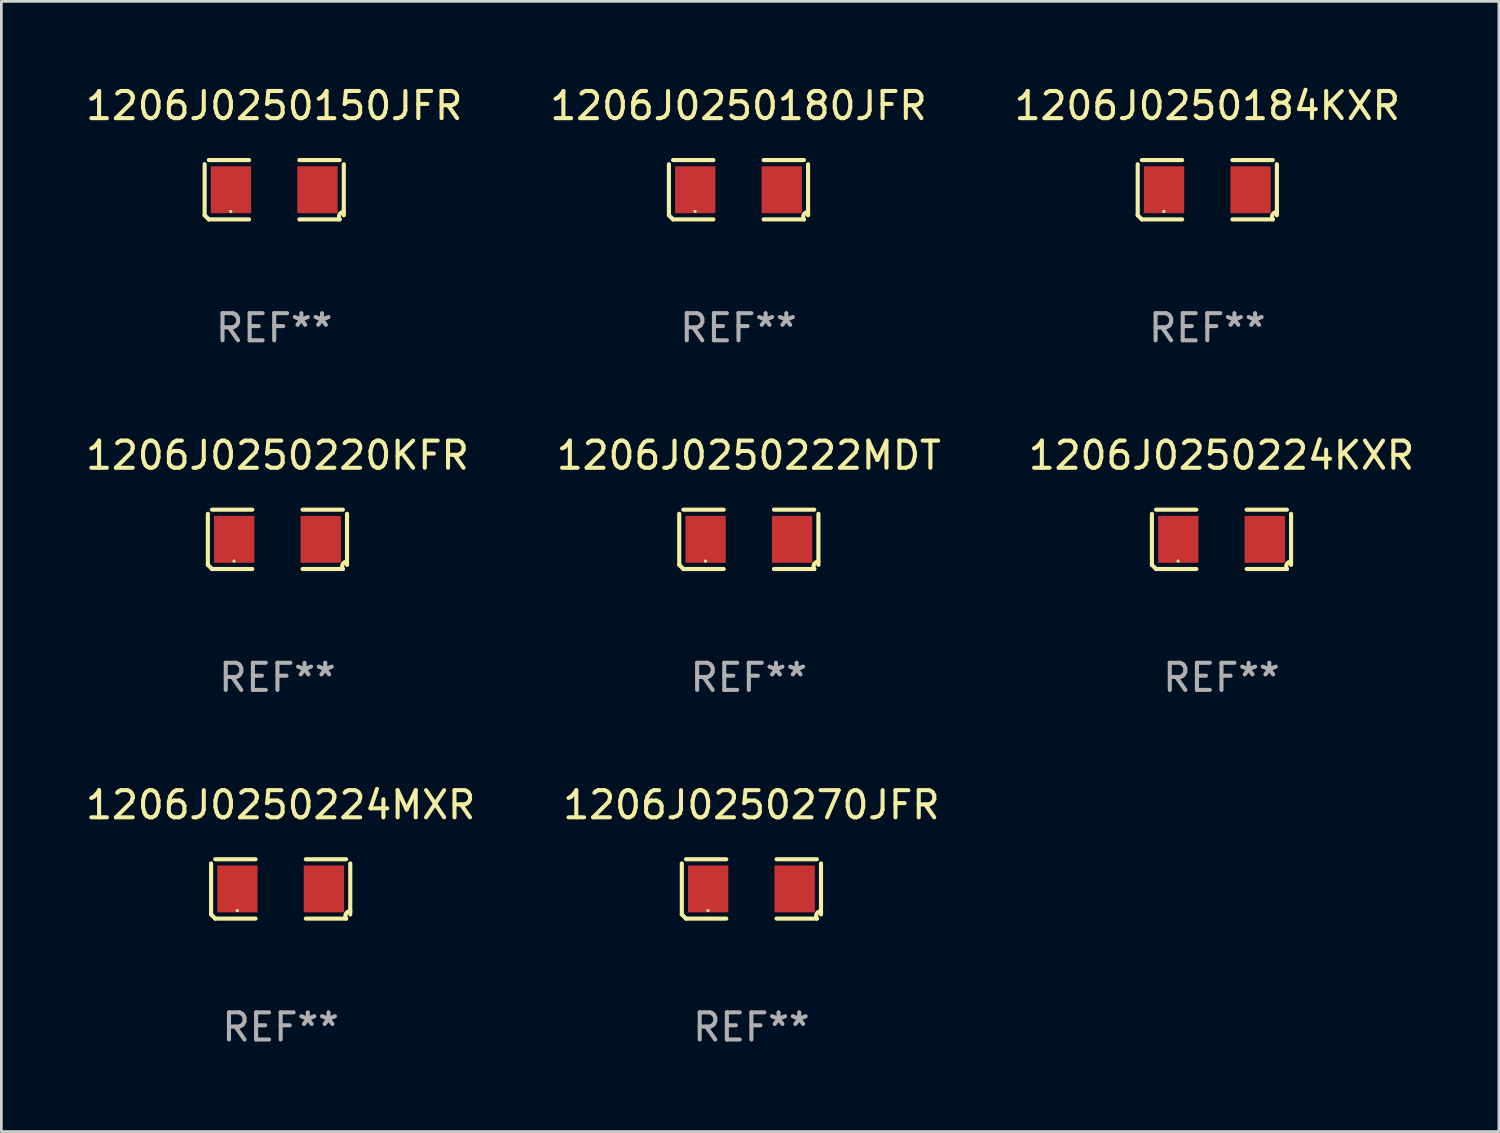
<source format=kicad_pcb>
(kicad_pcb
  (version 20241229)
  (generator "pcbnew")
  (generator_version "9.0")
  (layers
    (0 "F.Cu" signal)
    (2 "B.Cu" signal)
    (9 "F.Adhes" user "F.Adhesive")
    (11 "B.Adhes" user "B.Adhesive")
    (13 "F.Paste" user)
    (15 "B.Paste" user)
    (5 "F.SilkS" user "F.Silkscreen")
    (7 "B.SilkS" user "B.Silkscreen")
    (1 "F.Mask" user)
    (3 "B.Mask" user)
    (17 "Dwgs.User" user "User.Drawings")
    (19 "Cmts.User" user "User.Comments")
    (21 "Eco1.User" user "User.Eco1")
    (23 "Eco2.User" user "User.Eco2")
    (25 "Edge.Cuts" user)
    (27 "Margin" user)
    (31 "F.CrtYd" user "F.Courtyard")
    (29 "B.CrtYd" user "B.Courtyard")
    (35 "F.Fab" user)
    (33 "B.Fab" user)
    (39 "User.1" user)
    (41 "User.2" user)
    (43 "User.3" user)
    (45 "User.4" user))
  (footprint "1206J0250184KXR"
    (layer "F.Cu")
    (at 41.435 3.941)
    (property "Reference" "1206J0250184KXR" (at 0 -3.093 0) (layer "F.SilkS") (effects (font (size 1 1) (thickness 0.15))))
    (attr through_hole)
    (fp_line (start -2.564 0.94) (end -2.564 -0.94) (stroke (width 0.152) (type solid)) (layer "F.SilkS"))
    (fp_line (start -2.411 -1.093) (end -0.926 -1.093) (stroke (width 0.152) (type solid)) (layer "F.SilkS"))
    (fp_line (start -0.926 1.093) (end -2.411 1.093) (stroke (width 0.152) (type solid)) (layer "F.SilkS"))
    (fp_line (start 0.926 1.093) (end 2.411 1.093) (stroke (width 0.152) (type solid)) (layer "F.SilkS"))
    (fp_line (start 2.411 -1.093) (end 0.926 -1.093) (stroke (width 0.152) (type solid)) (layer "F.SilkS"))
    (fp_line (start 2.564 0.94) (end 2.564 -0.94) (stroke (width 0.152) (type solid)) (layer "F.SilkS"))
    (fp_arc (start -2.411201 1.092609) (mid -2.487413 1.01642) (end -2.563602 0.940208) (stroke (width 0.1524) (type solid)) (layer "F.SilkS"))
    (fp_arc (start 2.411201 1.092609) (mid 2.407159 0.911226) (end 2.563602 0.819347) (stroke (width 0.1524) (type solid)) (layer "F.SilkS"))
    (fp_circle (center -1.6 0.8) (end -1.57 0.8) (stroke (width 0.06) (type solid)) (fill no) (layer "F.SilkS"))
    (fp_text user "REF**" (at 0 5.093 0) (layer "F.Fab") (effects (font (size 1 1) (thickness 0.15))))
    (pad "1" smd rect (at -1.593 0) (size 1.485 1.728) (layers "F.Cu" "F.Mask" "F.Paste"))
    (pad "2" smd rect (at 1.593 0) (size 1.485 1.728) (layers "F.Cu" "F.Mask" "F.Paste")))
  (footprint "1206J0250270JFR"
    (layer "F.Cu")
    (at 24.637 29.704)
    (property "Reference" "1206J0250270JFR" (at 0 -3.093 0) (layer "F.SilkS") (effects (font (size 1 1) (thickness 0.15))))
    (attr through_hole)
    (fp_line (start -2.564 0.94) (end -2.564 -0.94) (stroke (width 0.152) (type solid)) (layer "F.SilkS"))
    (fp_line (start -2.411 -1.093) (end -0.926 -1.093) (stroke (width 0.152) (type solid)) (layer "F.SilkS"))
    (fp_line (start -0.926 1.093) (end -2.411 1.093) (stroke (width 0.152) (type solid)) (layer "F.SilkS"))
    (fp_line (start 0.926 1.093) (end 2.411 1.093) (stroke (width 0.152) (type solid)) (layer "F.SilkS"))
    (fp_line (start 2.411 -1.093) (end 0.926 -1.093) (stroke (width 0.152) (type solid)) (layer "F.SilkS"))
    (fp_line (start 2.564 0.94) (end 2.564 -0.94) (stroke (width 0.152) (type solid)) (layer "F.SilkS"))
    (fp_arc (start -2.411201 1.092609) (mid -2.487413 1.01642) (end -2.563602 0.940208) (stroke (width 0.1524) (type solid)) (layer "F.SilkS"))
    (fp_arc (start 2.411201 1.092609) (mid 2.407159 0.911226) (end 2.563602 0.819347) (stroke (width 0.1524) (type solid)) (layer "F.SilkS"))
    (fp_circle (center -1.6 0.8) (end -1.57 0.8) (stroke (width 0.06) (type solid)) (fill no) (layer "F.SilkS"))
    (fp_text user "REF**" (at 0 5.093 0) (layer "F.Fab") (effects (font (size 1 1) (thickness 0.15))))
    (pad "1" smd rect (at -1.593 0) (size 1.485 1.728) (layers "F.Cu" "F.Mask" "F.Paste"))
    (pad "2" smd rect (at 1.593 0) (size 1.485 1.728) (layers "F.Cu" "F.Mask" "F.Paste")))
  (footprint "1206J0250222MDT"
    (layer "F.Cu")
    (at 24.542 16.823)
    (property "Reference" "1206J0250222MDT" (at 0 -3.093 0) (layer "F.SilkS") (effects (font (size 1 1) (thickness 0.15))))
    (attr through_hole)
    (fp_line (start -2.564 0.94) (end -2.564 -0.94) (stroke (width 0.152) (type solid)) (layer "F.SilkS"))
    (fp_line (start -2.411 -1.093) (end -0.926 -1.093) (stroke (width 0.152) (type solid)) (layer "F.SilkS"))
    (fp_line (start -0.926 1.093) (end -2.411 1.093) (stroke (width 0.152) (type solid)) (layer "F.SilkS"))
    (fp_line (start 0.926 1.093) (end 2.411 1.093) (stroke (width 0.152) (type solid)) (layer "F.SilkS"))
    (fp_line (start 2.411 -1.093) (end 0.926 -1.093) (stroke (width 0.152) (type solid)) (layer "F.SilkS"))
    (fp_line (start 2.564 0.94) (end 2.564 -0.94) (stroke (width 0.152) (type solid)) (layer "F.SilkS"))
    (fp_arc (start -2.411201 1.092609) (mid -2.487413 1.01642) (end -2.563602 0.940208) (stroke (width 0.1524) (type solid)) (layer "F.SilkS"))
    (fp_arc (start 2.411201 1.092609) (mid 2.407159 0.911226) (end 2.563602 0.819347) (stroke (width 0.1524) (type solid)) (layer "F.SilkS"))
    (fp_circle (center -1.6 0.8) (end -1.57 0.8) (stroke (width 0.06) (type solid)) (fill no) (layer "F.SilkS"))
    (fp_text user "REF**" (at 0 5.093 0) (layer "F.Fab") (effects (font (size 1 1) (thickness 0.15))))
    (pad "1" smd rect (at -1.593 0) (size 1.485 1.728) (layers "F.Cu" "F.Mask" "F.Paste"))
    (pad "2" smd rect (at 1.593 0) (size 1.485 1.728) (layers "F.Cu" "F.Mask" "F.Paste")))
  (footprint "1206J0250180JFR"
    (layer "F.Cu")
    (at 24.161 3.941)
    (property "Reference" "1206J0250180JFR" (at 0 -3.093 0) (layer "F.SilkS") (effects (font (size 1 1) (thickness 0.15))))
    (attr through_hole)
    (fp_line (start -2.564 0.94) (end -2.564 -0.94) (stroke (width 0.152) (type solid)) (layer "F.SilkS"))
    (fp_line (start -2.411 -1.093) (end -0.926 -1.093) (stroke (width 0.152) (type solid)) (layer "F.SilkS"))
    (fp_line (start -0.926 1.093) (end -2.411 1.093) (stroke (width 0.152) (type solid)) (layer "F.SilkS"))
    (fp_line (start 0.926 1.093) (end 2.411 1.093) (stroke (width 0.152) (type solid)) (layer "F.SilkS"))
    (fp_line (start 2.411 -1.093) (end 0.926 -1.093) (stroke (width 0.152) (type solid)) (layer "F.SilkS"))
    (fp_line (start 2.564 0.94) (end 2.564 -0.94) (stroke (width 0.152) (type solid)) (layer "F.SilkS"))
    (fp_arc (start -2.411201 1.092609) (mid -2.487413 1.01642) (end -2.563602 0.940208) (stroke (width 0.1524) (type solid)) (layer "F.SilkS"))
    (fp_arc (start 2.411201 1.092609) (mid 2.407159 0.911226) (end 2.563602 0.819347) (stroke (width 0.1524) (type solid)) (layer "F.SilkS"))
    (fp_circle (center -1.6 0.8) (end -1.57 0.8) (stroke (width 0.06) (type solid)) (fill no) (layer "F.SilkS"))
    (fp_text user "REF**" (at 0 5.093 0) (layer "F.Fab") (effects (font (size 1 1) (thickness 0.15))))
    (pad "1" smd rect (at -1.593 0) (size 1.485 1.728) (layers "F.Cu" "F.Mask" "F.Paste"))
    (pad "2" smd rect (at 1.593 0) (size 1.485 1.728) (layers "F.Cu" "F.Mask" "F.Paste")))
  (footprint "1206J0250224KXR"
    (layer "F.Cu")
    (at 41.958 16.823)
    (property "Reference" "1206J0250224KXR" (at 0 -3.093 0) (layer "F.SilkS") (effects (font (size 1 1) (thickness 0.15))))
    (attr through_hole)
    (fp_line (start -2.564 0.94) (end -2.564 -0.94) (stroke (width 0.152) (type solid)) (layer "F.SilkS"))
    (fp_line (start -2.411 -1.093) (end -0.926 -1.093) (stroke (width 0.152) (type solid)) (layer "F.SilkS"))
    (fp_line (start -0.926 1.093) (end -2.411 1.093) (stroke (width 0.152) (type solid)) (layer "F.SilkS"))
    (fp_line (start 0.926 1.093) (end 2.411 1.093) (stroke (width 0.152) (type solid)) (layer "F.SilkS"))
    (fp_line (start 2.411 -1.093) (end 0.926 -1.093) (stroke (width 0.152) (type solid)) (layer "F.SilkS"))
    (fp_line (start 2.564 0.94) (end 2.564 -0.94) (stroke (width 0.152) (type solid)) (layer "F.SilkS"))
    (fp_arc (start -2.411201 1.092609) (mid -2.487413 1.01642) (end -2.563602 0.940208) (stroke (width 0.1524) (type solid)) (layer "F.SilkS"))
    (fp_arc (start 2.411201 1.092609) (mid 2.407159 0.911226) (end 2.563602 0.819347) (stroke (width 0.1524) (type solid)) (layer "F.SilkS"))
    (fp_circle (center -1.6 0.8) (end -1.57 0.8) (stroke (width 0.06) (type solid)) (fill no) (layer "F.SilkS"))
    (fp_text user "REF**" (at 0 5.093 0) (layer "F.Fab") (effects (font (size 1 1) (thickness 0.15))))
    (pad "1" smd rect (at -1.593 0) (size 1.485 1.728) (layers "F.Cu" "F.Mask" "F.Paste"))
    (pad "2" smd rect (at 1.593 0) (size 1.485 1.728) (layers "F.Cu" "F.Mask" "F.Paste")))
  (footprint "1206J0250224MXR"
    (layer "F.Cu")
    (at 7.292 29.704)
    (property "Reference" "1206J0250224MXR" (at 0 -3.093 0) (layer "F.SilkS") (effects (font (size 1 1) (thickness 0.15))))
    (attr through_hole)
    (fp_line (start -2.564 0.94) (end -2.564 -0.94) (stroke (width 0.152) (type solid)) (layer "F.SilkS"))
    (fp_line (start -2.411 -1.093) (end -0.926 -1.093) (stroke (width 0.152) (type solid)) (layer "F.SilkS"))
    (fp_line (start -0.926 1.093) (end -2.411 1.093) (stroke (width 0.152) (type solid)) (layer "F.SilkS"))
    (fp_line (start 0.926 1.093) (end 2.411 1.093) (stroke (width 0.152) (type solid)) (layer "F.SilkS"))
    (fp_line (start 2.411 -1.093) (end 0.926 -1.093) (stroke (width 0.152) (type solid)) (layer "F.SilkS"))
    (fp_line (start 2.564 0.94) (end 2.564 -0.94) (stroke (width 0.152) (type solid)) (layer "F.SilkS"))
    (fp_arc (start -2.411201 1.092609) (mid -2.487413 1.01642) (end -2.563602 0.940208) (stroke (width 0.1524) (type solid)) (layer "F.SilkS"))
    (fp_arc (start 2.411201 1.092609) (mid 2.407159 0.911226) (end 2.563602 0.819347) (stroke (width 0.1524) (type solid)) (layer "F.SilkS"))
    (fp_circle (center -1.6 0.8) (end -1.57 0.8) (stroke (width 0.06) (type solid)) (fill no) (layer "F.SilkS"))
    (fp_text user "REF**" (at 0 5.093 0) (layer "F.Fab") (effects (font (size 1 1) (thickness 0.15))))
    (pad "1" smd rect (at -1.593 0) (size 1.485 1.728) (layers "F.Cu" "F.Mask" "F.Paste"))
    (pad "2" smd rect (at 1.593 0) (size 1.485 1.728) (layers "F.Cu" "F.Mask" "F.Paste")))
  (footprint "1206J0250150JFR"
    (layer "F.Cu")
    (at 7.054 3.941)
    (property "Reference" "1206J0250150JFR" (at 0 -3.093 0) (layer "F.SilkS") (effects (font (size 1 1) (thickness 0.15))))
    (attr through_hole)
    (fp_line (start -2.564 0.94) (end -2.564 -0.94) (stroke (width 0.152) (type solid)) (layer "F.SilkS"))
    (fp_line (start -2.411 -1.093) (end -0.926 -1.093) (stroke (width 0.152) (type solid)) (layer "F.SilkS"))
    (fp_line (start -0.926 1.093) (end -2.411 1.093) (stroke (width 0.152) (type solid)) (layer "F.SilkS"))
    (fp_line (start 0.926 1.093) (end 2.411 1.093) (stroke (width 0.152) (type solid)) (layer "F.SilkS"))
    (fp_line (start 2.411 -1.093) (end 0.926 -1.093) (stroke (width 0.152) (type solid)) (layer "F.SilkS"))
    (fp_line (start 2.564 0.94) (end 2.564 -0.94) (stroke (width 0.152) (type solid)) (layer "F.SilkS"))
    (fp_arc (start -2.411201 1.092609) (mid -2.487413 1.01642) (end -2.563602 0.940208) (stroke (width 0.1524) (type solid)) (layer "F.SilkS"))
    (fp_arc (start 2.411201 1.092609) (mid 2.407159 0.911226) (end 2.563602 0.819347) (stroke (width 0.1524) (type solid)) (layer "F.SilkS"))
    (fp_circle (center -1.6 0.8) (end -1.57 0.8) (stroke (width 0.06) (type solid)) (fill no) (layer "F.SilkS"))
    (fp_text user "REF**" (at 0 5.093 0) (layer "F.Fab") (effects (font (size 1 1) (thickness 0.15))))
    (pad "1" smd rect (at -1.593 0) (size 1.485 1.728) (layers "F.Cu" "F.Mask" "F.Paste"))
    (pad "2" smd rect (at 1.593 0) (size 1.485 1.728) (layers "F.Cu" "F.Mask" "F.Paste")))
  (footprint "1206J0250220KFR"
    (layer "F.Cu")
    (at 7.173 16.823)
    (property "Reference" "1206J0250220KFR" (at 0 -3.093 0) (layer "F.SilkS") (effects (font (size 1 1) (thickness 0.15))))
    (attr through_hole)
    (fp_line (start -2.564 0.94) (end -2.564 -0.94) (stroke (width 0.152) (type solid)) (layer "F.SilkS"))
    (fp_line (start -2.411 -1.093) (end -0.926 -1.093) (stroke (width 0.152) (type solid)) (layer "F.SilkS"))
    (fp_line (start -0.926 1.093) (end -2.411 1.093) (stroke (width 0.152) (type solid)) (layer "F.SilkS"))
    (fp_line (start 0.926 1.093) (end 2.411 1.093) (stroke (width 0.152) (type solid)) (layer "F.SilkS"))
    (fp_line (start 2.411 -1.093) (end 0.926 -1.093) (stroke (width 0.152) (type solid)) (layer "F.SilkS"))
    (fp_line (start 2.564 0.94) (end 2.564 -0.94) (stroke (width 0.152) (type solid)) (layer "F.SilkS"))
    (fp_arc (start -2.411201 1.092609) (mid -2.487413 1.01642) (end -2.563602 0.940208) (stroke (width 0.1524) (type solid)) (layer "F.SilkS"))
    (fp_arc (start 2.411201 1.092609) (mid 2.407159 0.911226) (end 2.563602 0.819347) (stroke (width 0.1524) (type solid)) (layer "F.SilkS"))
    (fp_circle (center -1.6 0.8) (end -1.57 0.8) (stroke (width 0.06) (type solid)) (fill no) (layer "F.SilkS"))
    (fp_text user "REF**" (at 0 5.093 0) (layer "F.Fab") (effects (font (size 1 1) (thickness 0.15))))
    (pad "1" smd rect (at -1.593 0) (size 1.485 1.728) (layers "F.Cu" "F.Mask" "F.Paste"))
    (pad "2" smd rect (at 1.593 0) (size 1.485 1.728) (layers "F.Cu" "F.Mask" "F.Paste")))
  (gr_rect
    (start -3 -3)
    (end 52.179 38.645)
    (stroke (width 0.1) (type default))
    (fill no)
    (layer "Edge.Cuts")))
</source>
